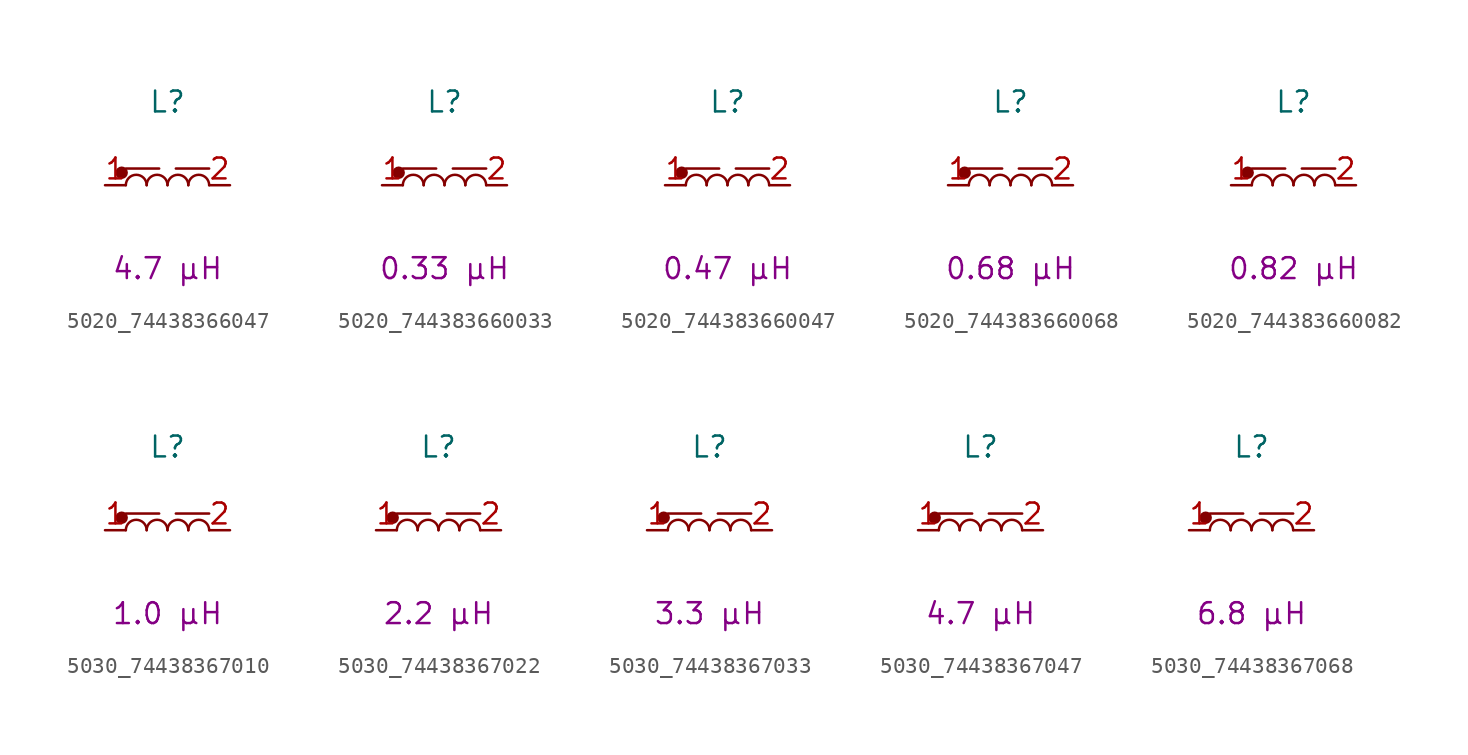
<source format=kicad_sym>
(kicad_symbol_lib
  (version 20220914)
  (generator kicad_symbol_editor)
  (symbol "5020_74438366047"
    (pin_names hide)
    (property "Reference" "L"
      (at 0 5.08 0)
      (effects (font (size 1.27 1.27))))
    (property "Critical Parameter" "4.7 µH"
      (at 0 -5.08 0)
      (effects (font (size 1.27 1.27))))
    (symbol "5020_74438366047_0_1"
      (arc (start -1.27 0) (mid -1.905 0.6323) (end -2.54 0) (stroke (width 0) (type default)) (fill (type none)))
      (arc (start 0 0) (mid -0.635 0.6323) (end -1.27 0) (stroke (width 0) (type default)) (fill (type none)))
      (polyline (pts (xy -2.54 1.016) (xy -0.508 1.016)) (stroke (width 0) (type default)) (fill (type none)))
      (arc (start 1.27 0) (mid 0.635 0.6323) (end 0 0) (stroke (width 0) (type default)) (fill (type none)))
      (arc (start 2.54 0) (mid 1.905 0.6323) (end 1.27 0) (stroke (width 0) (type default)) (fill (type none))))
    (symbol "5020_74438366047_1_1"
      (circle (center -2.794 0.762) (radius 0.0001) (stroke (width 0.381) (type default)) (fill (type none)))
      (polyline (pts (xy 2.54 1.016) (xy 0.508 1.016)) (stroke (width 0) (type default)) (fill (type none)))
      (pin passive line (at -3.81 0 0) (length 1.27) (name "1" (effects (font (size 1.27 1.27)))) (number "1" (effects (font (size 1.27 1.27)))))
      (pin passive line (at 3.81 0 180) (length 1.27) (name "2" (effects (font (size 1.27 1.27)))) (number "2" (effects (font (size 1.27 1.27)))))))
  (symbol "5020_744383660033"
    (pin_names hide)
    (property "Reference" "L"
      (at 0 5.08 0)
      (effects (font (size 1.27 1.27))))
    (property "Critical Parameter" "0.33 µH"
      (at 0 -5.08 0)
      (effects (font (size 1.27 1.27))))
    (symbol "5020_744383660033_0_1"
      (arc (start -1.27 0) (mid -1.905 0.6323) (end -2.54 0) (stroke (width 0) (type default)) (fill (type none)))
      (arc (start 0 0) (mid -0.635 0.6323) (end -1.27 0) (stroke (width 0) (type default)) (fill (type none)))
      (polyline (pts (xy -2.54 1.016) (xy -0.508 1.016)) (stroke (width 0) (type default)) (fill (type none)))
      (arc (start 1.27 0) (mid 0.635 0.6323) (end 0 0) (stroke (width 0) (type default)) (fill (type none)))
      (arc (start 2.54 0) (mid 1.905 0.6323) (end 1.27 0) (stroke (width 0) (type default)) (fill (type none))))
    (symbol "5020_744383660033_1_1"
      (circle (center -2.794 0.762) (radius 0.0001) (stroke (width 0.381) (type default)) (fill (type none)))
      (polyline (pts (xy 2.54 1.016) (xy 0.508 1.016)) (stroke (width 0) (type default)) (fill (type none)))
      (pin passive line (at -3.81 0 0) (length 1.27) (name "1" (effects (font (size 1.27 1.27)))) (number "1" (effects (font (size 1.27 1.27)))))
      (pin passive line (at 3.81 0 180) (length 1.27) (name "2" (effects (font (size 1.27 1.27)))) (number "2" (effects (font (size 1.27 1.27)))))))
  (symbol "5020_744383660047"
    (pin_names hide)
    (property "Reference" "L"
      (at 0 5.08 0)
      (effects (font (size 1.27 1.27))))
    (property "Critical Parameter" "0.47 µH"
      (at 0 -5.08 0)
      (effects (font (size 1.27 1.27))))
    (symbol "5020_744383660047_0_1"
      (arc (start -1.27 0) (mid -1.905 0.6323) (end -2.54 0) (stroke (width 0) (type default)) (fill (type none)))
      (arc (start 0 0) (mid -0.635 0.6323) (end -1.27 0) (stroke (width 0) (type default)) (fill (type none)))
      (polyline (pts (xy -2.54 1.016) (xy -0.508 1.016)) (stroke (width 0) (type default)) (fill (type none)))
      (arc (start 1.27 0) (mid 0.635 0.6323) (end 0 0) (stroke (width 0) (type default)) (fill (type none)))
      (arc (start 2.54 0) (mid 1.905 0.6323) (end 1.27 0) (stroke (width 0) (type default)) (fill (type none))))
    (symbol "5020_744383660047_1_1"
      (circle (center -2.794 0.762) (radius 0.0001) (stroke (width 0.381) (type default)) (fill (type none)))
      (polyline (pts (xy 2.54 1.016) (xy 0.508 1.016)) (stroke (width 0) (type default)) (fill (type none)))
      (pin passive line (at -3.81 0 0) (length 1.27) (name "1" (effects (font (size 1.27 1.27)))) (number "1" (effects (font (size 1.27 1.27)))))
      (pin passive line (at 3.81 0 180) (length 1.27) (name "2" (effects (font (size 1.27 1.27)))) (number "2" (effects (font (size 1.27 1.27)))))))
  (symbol "5020_744383660068"
    (pin_names hide)
    (property "Reference" "L"
      (at 0 5.08 0)
      (effects (font (size 1.27 1.27))))
    (property "Critical Parameter" "0.68 µH"
      (at 0 -5.08 0)
      (effects (font (size 1.27 1.27))))
    (symbol "5020_744383660068_0_1"
      (arc (start -1.27 0) (mid -1.905 0.6323) (end -2.54 0) (stroke (width 0) (type default)) (fill (type none)))
      (arc (start 0 0) (mid -0.635 0.6323) (end -1.27 0) (stroke (width 0) (type default)) (fill (type none)))
      (polyline (pts (xy -2.54 1.016) (xy -0.508 1.016)) (stroke (width 0) (type default)) (fill (type none)))
      (arc (start 1.27 0) (mid 0.635 0.6323) (end 0 0) (stroke (width 0) (type default)) (fill (type none)))
      (arc (start 2.54 0) (mid 1.905 0.6323) (end 1.27 0) (stroke (width 0) (type default)) (fill (type none))))
    (symbol "5020_744383660068_1_1"
      (circle (center -2.794 0.762) (radius 0.0001) (stroke (width 0.381) (type default)) (fill (type none)))
      (polyline (pts (xy 2.54 1.016) (xy 0.508 1.016)) (stroke (width 0) (type default)) (fill (type none)))
      (pin passive line (at -3.81 0 0) (length 1.27) (name "1" (effects (font (size 1.27 1.27)))) (number "1" (effects (font (size 1.27 1.27)))))
      (pin passive line (at 3.81 0 180) (length 1.27) (name "2" (effects (font (size 1.27 1.27)))) (number "2" (effects (font (size 1.27 1.27)))))))
  (symbol "5020_744383660082"
    (pin_names hide)
    (property "Reference" "L"
      (at 0 5.08 0)
      (effects (font (size 1.27 1.27))))
    (property "Critical Parameter" "0.82 µH"
      (at 0 -5.08 0)
      (effects (font (size 1.27 1.27))))
    (symbol "5020_744383660082_0_1"
      (arc (start -1.27 0) (mid -1.905 0.6323) (end -2.54 0) (stroke (width 0) (type default)) (fill (type none)))
      (arc (start 0 0) (mid -0.635 0.6323) (end -1.27 0) (stroke (width 0) (type default)) (fill (type none)))
      (polyline (pts (xy -2.54 1.016) (xy -0.508 1.016)) (stroke (width 0) (type default)) (fill (type none)))
      (arc (start 1.27 0) (mid 0.635 0.6323) (end 0 0) (stroke (width 0) (type default)) (fill (type none)))
      (arc (start 2.54 0) (mid 1.905 0.6323) (end 1.27 0) (stroke (width 0) (type default)) (fill (type none))))
    (symbol "5020_744383660082_1_1"
      (circle (center -2.794 0.762) (radius 0.0001) (stroke (width 0.381) (type default)) (fill (type none)))
      (polyline (pts (xy 2.54 1.016) (xy 0.508 1.016)) (stroke (width 0) (type default)) (fill (type none)))
      (pin passive line (at -3.81 0 0) (length 1.27) (name "1" (effects (font (size 1.27 1.27)))) (number "1" (effects (font (size 1.27 1.27)))))
      (pin passive line (at 3.81 0 180) (length 1.27) (name "2" (effects (font (size 1.27 1.27)))) (number "2" (effects (font (size 1.27 1.27)))))))
  (symbol "5030_74438367010"
    (pin_names hide)
    (property "Reference" "L"
      (at 0 5.08 0)
      (effects (font (size 1.27 1.27))))
    (property "Critical Parameter" "1.0 µH"
      (at 0 -5.08 0)
      (effects (font (size 1.27 1.27))))
    (symbol "5030_74438367010_0_1"
      (arc (start -1.27 0) (mid -1.905 0.6323) (end -2.54 0) (stroke (width 0) (type default)) (fill (type none)))
      (arc (start 0 0) (mid -0.635 0.6323) (end -1.27 0) (stroke (width 0) (type default)) (fill (type none)))
      (polyline (pts (xy -2.54 1.016) (xy -0.508 1.016)) (stroke (width 0) (type default)) (fill (type none)))
      (arc (start 1.27 0) (mid 0.635 0.6323) (end 0 0) (stroke (width 0) (type default)) (fill (type none)))
      (arc (start 2.54 0) (mid 1.905 0.6323) (end 1.27 0) (stroke (width 0) (type default)) (fill (type none))))
    (symbol "5030_74438367010_1_1"
      (circle (center -2.794 0.762) (radius 0.0001) (stroke (width 0.381) (type default)) (fill (type none)))
      (polyline (pts (xy 2.54 1.016) (xy 0.508 1.016)) (stroke (width 0) (type default)) (fill (type none)))
      (pin passive line (at -3.81 0 0) (length 1.27) (name "1" (effects (font (size 1.27 1.27)))) (number "1" (effects (font (size 1.27 1.27)))))
      (pin passive line (at 3.81 0 180) (length 1.27) (name "2" (effects (font (size 1.27 1.27)))) (number "2" (effects (font (size 1.27 1.27)))))))
  (symbol "5030_74438367022"
    (pin_names hide)
    (property "Reference" "L"
      (at 0 5.08 0)
      (effects (font (size 1.27 1.27))))
    (property "Critical Parameter" "2.2 µH"
      (at 0 -5.08 0)
      (effects (font (size 1.27 1.27))))
    (symbol "5030_74438367022_0_1"
      (arc (start -1.27 0) (mid -1.905 0.6323) (end -2.54 0) (stroke (width 0) (type default)) (fill (type none)))
      (arc (start 0 0) (mid -0.635 0.6323) (end -1.27 0) (stroke (width 0) (type default)) (fill (type none)))
      (polyline (pts (xy -2.54 1.016) (xy -0.508 1.016)) (stroke (width 0) (type default)) (fill (type none)))
      (arc (start 1.27 0) (mid 0.635 0.6323) (end 0 0) (stroke (width 0) (type default)) (fill (type none)))
      (arc (start 2.54 0) (mid 1.905 0.6323) (end 1.27 0) (stroke (width 0) (type default)) (fill (type none))))
    (symbol "5030_74438367022_1_1"
      (circle (center -2.794 0.762) (radius 0.0001) (stroke (width 0.381) (type default)) (fill (type none)))
      (polyline (pts (xy 2.54 1.016) (xy 0.508 1.016)) (stroke (width 0) (type default)) (fill (type none)))
      (pin passive line (at -3.81 0 0) (length 1.27) (name "1" (effects (font (size 1.27 1.27)))) (number "1" (effects (font (size 1.27 1.27)))))
      (pin passive line (at 3.81 0 180) (length 1.27) (name "2" (effects (font (size 1.27 1.27)))) (number "2" (effects (font (size 1.27 1.27)))))))
  (symbol "5030_74438367033"
    (pin_names hide)
    (property "Reference" "L"
      (at 0 5.08 0)
      (effects (font (size 1.27 1.27))))
    (property "Critical Parameter" "3.3 µH"
      (at 0 -5.08 0)
      (effects (font (size 1.27 1.27))))
    (symbol "5030_74438367033_0_1"
      (arc (start -1.27 0) (mid -1.905 0.6323) (end -2.54 0) (stroke (width 0) (type default)) (fill (type none)))
      (arc (start 0 0) (mid -0.635 0.6323) (end -1.27 0) (stroke (width 0) (type default)) (fill (type none)))
      (polyline (pts (xy -2.54 1.016) (xy -0.508 1.016)) (stroke (width 0) (type default)) (fill (type none)))
      (arc (start 1.27 0) (mid 0.635 0.6323) (end 0 0) (stroke (width 0) (type default)) (fill (type none)))
      (arc (start 2.54 0) (mid 1.905 0.6323) (end 1.27 0) (stroke (width 0) (type default)) (fill (type none))))
    (symbol "5030_74438367033_1_1"
      (circle (center -2.794 0.762) (radius 0.0001) (stroke (width 0.381) (type default)) (fill (type none)))
      (polyline (pts (xy 2.54 1.016) (xy 0.508 1.016)) (stroke (width 0) (type default)) (fill (type none)))
      (pin passive line (at -3.81 0 0) (length 1.27) (name "1" (effects (font (size 1.27 1.27)))) (number "1" (effects (font (size 1.27 1.27)))))
      (pin passive line (at 3.81 0 180) (length 1.27) (name "2" (effects (font (size 1.27 1.27)))) (number "2" (effects (font (size 1.27 1.27)))))))
  (symbol "5030_74438367047"
    (pin_names hide)
    (property "Reference" "L"
      (at 0 5.08 0)
      (effects (font (size 1.27 1.27))))
    (property "Critical Parameter" "4.7 µH"
      (at 0 -5.08 0)
      (effects (font (size 1.27 1.27))))
    (symbol "5030_74438367047_0_1"
      (arc (start -1.27 0) (mid -1.905 0.6323) (end -2.54 0) (stroke (width 0) (type default)) (fill (type none)))
      (arc (start 0 0) (mid -0.635 0.6323) (end -1.27 0) (stroke (width 0) (type default)) (fill (type none)))
      (polyline (pts (xy -2.54 1.016) (xy -0.508 1.016)) (stroke (width 0) (type default)) (fill (type none)))
      (arc (start 1.27 0) (mid 0.635 0.6323) (end 0 0) (stroke (width 0) (type default)) (fill (type none)))
      (arc (start 2.54 0) (mid 1.905 0.6323) (end 1.27 0) (stroke (width 0) (type default)) (fill (type none))))
    (symbol "5030_74438367047_1_1"
      (circle (center -2.794 0.762) (radius 0.0001) (stroke (width 0.381) (type default)) (fill (type none)))
      (polyline (pts (xy 2.54 1.016) (xy 0.508 1.016)) (stroke (width 0) (type default)) (fill (type none)))
      (pin passive line (at -3.81 0 0) (length 1.27) (name "1" (effects (font (size 1.27 1.27)))) (number "1" (effects (font (size 1.27 1.27)))))
      (pin passive line (at 3.81 0 180) (length 1.27) (name "2" (effects (font (size 1.27 1.27)))) (number "2" (effects (font (size 1.27 1.27)))))))
  (symbol "5030_74438367068"
    (pin_names hide)
    (property "Reference" "L"
      (at 0 5.08 0)
      (effects (font (size 1.27 1.27))))
    (property "Critical Parameter" "6.8 µH"
      (at 0 -5.08 0)
      (effects (font (size 1.27 1.27))))
    (symbol "5030_74438367068_0_1"
      (arc (start -1.27 0) (mid -1.905 0.6323) (end -2.54 0) (stroke (width 0) (type default)) (fill (type none)))
      (arc (start 0 0) (mid -0.635 0.6323) (end -1.27 0) (stroke (width 0) (type default)) (fill (type none)))
      (polyline (pts (xy -2.54 1.016) (xy -0.508 1.016)) (stroke (width 0) (type default)) (fill (type none)))
      (arc (start 1.27 0) (mid 0.635 0.6323) (end 0 0) (stroke (width 0) (type default)) (fill (type none)))
      (arc (start 2.54 0) (mid 1.905 0.6323) (end 1.27 0) (stroke (width 0) (type default)) (fill (type none))))
    (symbol "5030_74438367068_1_1"
      (circle (center -2.794 0.762) (radius 0.0001) (stroke (width 0.381) (type default)) (fill (type none)))
      (polyline (pts (xy 2.54 1.016) (xy 0.508 1.016)) (stroke (width 0) (type default)) (fill (type none)))
      (pin passive line (at -3.81 0 0) (length 1.27) (name "1" (effects (font (size 1.27 1.27)))) (number "1" (effects (font (size 1.27 1.27)))))
      (pin passive line (at 3.81 0 180) (length 1.27) (name "2" (effects (font (size 1.27 1.27)))) (number "2" (effects (font (size 1.27 1.27))))))))
</source>
